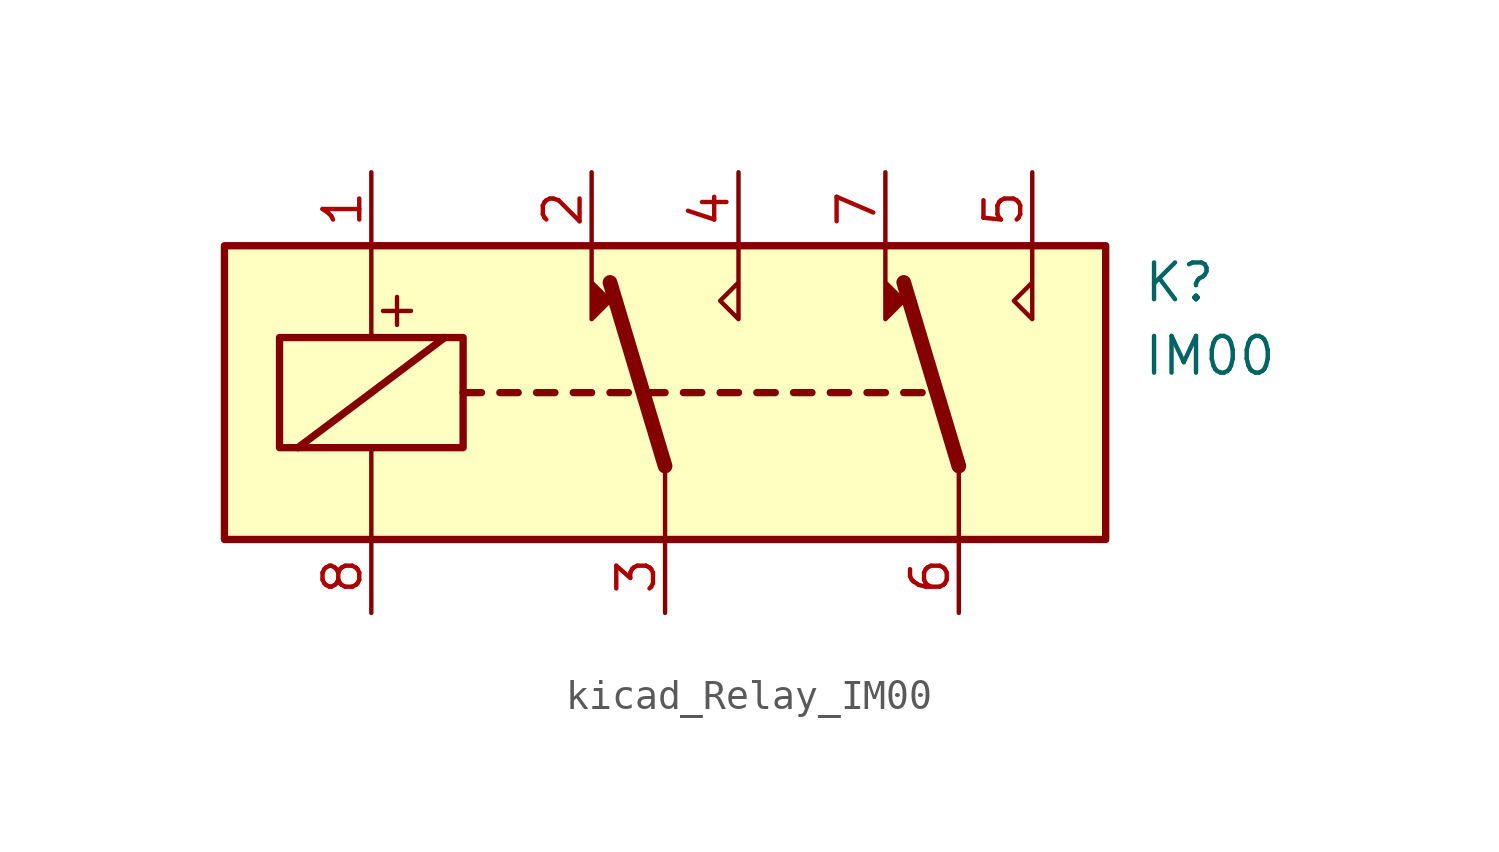
<source format=kicad_sym>
(kicad_symbol_lib
  (version 20220914)
  (generator kicad_symbol_editor)
  (symbol "kicad_Relay_IM00"
    (property "Reference" "K"
      (at 16.51 3.81 0)
      (effects (font (size 1.27 1.27)) (justify left)))
    (property "Value" "IM00"
      (at 16.51 1.27 0)
      (effects (font (size 1.27 1.27)) (justify left)))
    (symbol "kicad_Relay_IM00_0_0"
      (text "+" (at -9.271 2.921 0) (effects (font (size 1.27 1.27)))))
    (symbol "kicad_Relay_IM00_0_1"
      (rectangle (start -15.24 5.08) (end 15.24 -5.08) (stroke (width 0.254) (type default)) (fill (type background)))
      (rectangle (start -13.335 1.905) (end -6.985 -1.905) (stroke (width 0.254) (type default)) (fill (type none)))
      (polyline (pts (xy -12.7 -1.905) (xy -7.62 1.905)) (stroke (width 0.254) (type default)) (fill (type none)))
      (polyline (pts (xy -10.16 -5.08) (xy -10.16 -1.905)) (stroke (width 0) (type default)) (fill (type none)))
      (polyline (pts (xy -10.16 5.08) (xy -10.16 1.905)) (stroke (width 0) (type default)) (fill (type none)))
      (polyline (pts (xy -6.985 0) (xy -6.35 0)) (stroke (width 0.254) (type default)) (fill (type none)))
      (polyline (pts (xy -5.715 0) (xy -5.08 0)) (stroke (width 0.254) (type default)) (fill (type none)))
      (polyline (pts (xy -4.445 0) (xy -3.81 0)) (stroke (width 0.254) (type default)) (fill (type none)))
      (polyline (pts (xy -3.175 0) (xy -2.54 0)) (stroke (width 0.254) (type default)) (fill (type none)))
      (polyline (pts (xy -1.905 0) (xy -1.27 0)) (stroke (width 0.254) (type default)) (fill (type none)))
      (polyline (pts (xy -0.635 0) (xy 0 0)) (stroke (width 0.254) (type default)) (fill (type none)))
      (polyline (pts (xy 0 -2.54) (xy -1.905 3.81)) (stroke (width 0.508) (type default)) (fill (type none)))
      (polyline (pts (xy 0 -2.54) (xy 0 -5.08)) (stroke (width 0) (type default)) (fill (type none)))
      (polyline (pts (xy 0.635 0) (xy 1.27 0)) (stroke (width 0.254) (type default)) (fill (type none)))
      (polyline (pts (xy 1.905 0) (xy 2.54 0)) (stroke (width 0.254) (type default)) (fill (type none)))
      (polyline (pts (xy 3.175 0) (xy 3.81 0)) (stroke (width 0.254) (type default)) (fill (type none)))
      (polyline (pts (xy 4.445 0) (xy 5.08 0)) (stroke (width 0.254) (type default)) (fill (type none)))
      (polyline (pts (xy 5.715 0) (xy 6.35 0)) (stroke (width 0.254) (type default)) (fill (type none)))
      (polyline (pts (xy 6.985 0) (xy 7.62 0)) (stroke (width 0.254) (type default)) (fill (type none)))
      (polyline (pts (xy 8.255 0) (xy 8.89 0)) (stroke (width 0.254) (type default)) (fill (type none)))
      (polyline (pts (xy 10.16 -2.54) (xy 8.255 3.81)) (stroke (width 0.508) (type default)) (fill (type none)))
      (polyline (pts (xy 10.16 -2.54) (xy 10.16 -5.08)) (stroke (width 0) (type default)) (fill (type none)))
      (polyline (pts (xy -2.54 5.08) (xy -2.54 2.54) (xy -1.905 3.175) (xy -2.54 3.81)) (stroke (width 0) (type default)) (fill (type outline)))
      (polyline (pts (xy 2.54 5.08) (xy 2.54 2.54) (xy 1.905 3.175) (xy 2.54 3.81)) (stroke (width 0) (type default)) (fill (type none)))
      (polyline (pts (xy 7.62 5.08) (xy 7.62 2.54) (xy 8.255 3.175) (xy 7.62 3.81)) (stroke (width 0) (type default)) (fill (type outline)))
      (polyline (pts (xy 12.7 5.08) (xy 12.7 2.54) (xy 12.065 3.175) (xy 12.7 3.81)) (stroke (width 0) (type default)) (fill (type none))))
    (symbol "kicad_Relay_IM00_1_1"
      (pin passive line (at -10.16 7.62 270) (length 2.54) (name "~" (effects (font (size 1.27 1.27)))) (number "1" (effects (font (size 1.27 1.27)))))
      (pin passive line (at -2.54 7.62 270) (length 2.54) (name "~" (effects (font (size 1.27 1.27)))) (number "2" (effects (font (size 1.27 1.27)))))
      (pin passive line (at 0 -7.62 90) (length 2.54) (name "~" (effects (font (size 1.27 1.27)))) (number "3" (effects (font (size 1.27 1.27)))))
      (pin passive line (at 2.54 7.62 270) (length 2.54) (name "~" (effects (font (size 1.27 1.27)))) (number "4" (effects (font (size 1.27 1.27)))))
      (pin passive line (at 12.7 7.62 270) (length 2.54) (name "~" (effects (font (size 1.27 1.27)))) (number "5" (effects (font (size 1.27 1.27)))))
      (pin passive line (at 10.16 -7.62 90) (length 2.54) (name "~" (effects (font (size 1.27 1.27)))) (number "6" (effects (font (size 1.27 1.27)))))
      (pin passive line (at 7.62 7.62 270) (length 2.54) (name "~" (effects (font (size 1.27 1.27)))) (number "7" (effects (font (size 1.27 1.27)))))
      (pin passive line (at -10.16 -7.62 90) (length 2.54) (name "~" (effects (font (size 1.27 1.27)))) (number "8" (effects (font (size 1.27 1.27))))))))
</source>
